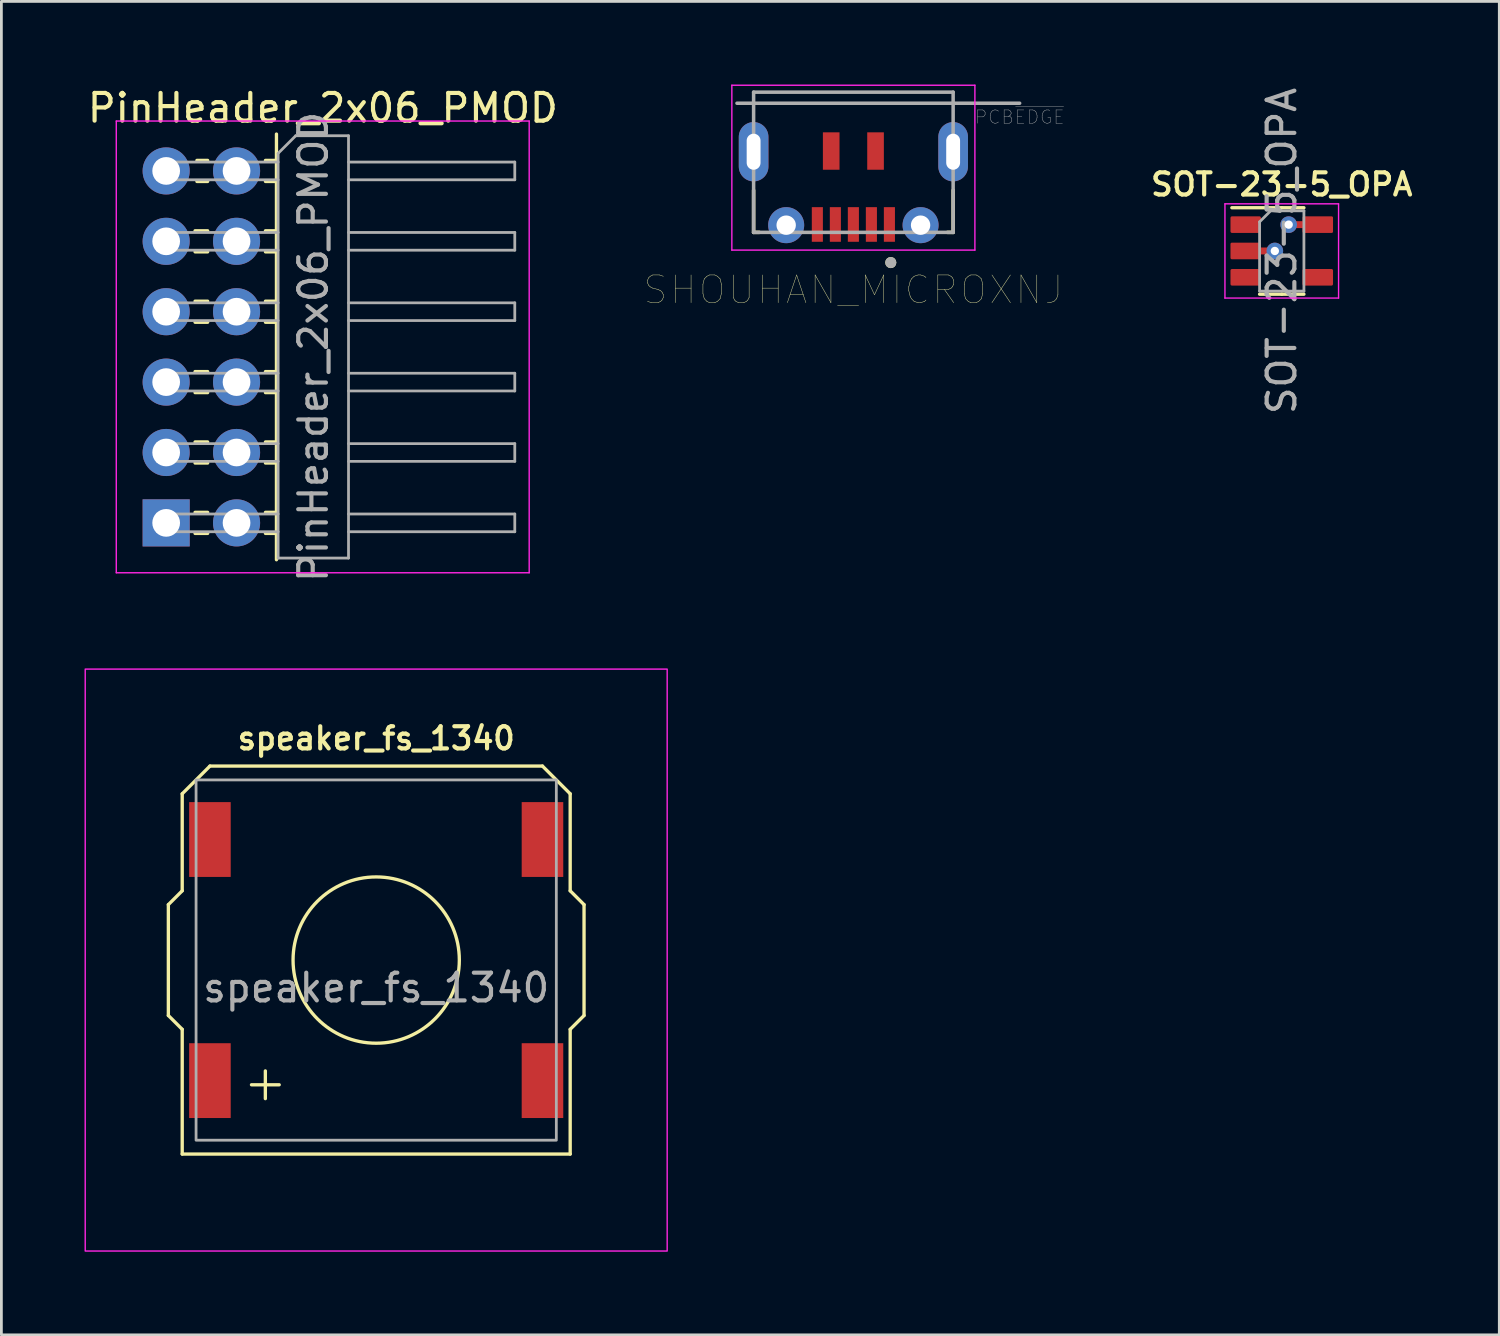
<source format=kicad_pcb>
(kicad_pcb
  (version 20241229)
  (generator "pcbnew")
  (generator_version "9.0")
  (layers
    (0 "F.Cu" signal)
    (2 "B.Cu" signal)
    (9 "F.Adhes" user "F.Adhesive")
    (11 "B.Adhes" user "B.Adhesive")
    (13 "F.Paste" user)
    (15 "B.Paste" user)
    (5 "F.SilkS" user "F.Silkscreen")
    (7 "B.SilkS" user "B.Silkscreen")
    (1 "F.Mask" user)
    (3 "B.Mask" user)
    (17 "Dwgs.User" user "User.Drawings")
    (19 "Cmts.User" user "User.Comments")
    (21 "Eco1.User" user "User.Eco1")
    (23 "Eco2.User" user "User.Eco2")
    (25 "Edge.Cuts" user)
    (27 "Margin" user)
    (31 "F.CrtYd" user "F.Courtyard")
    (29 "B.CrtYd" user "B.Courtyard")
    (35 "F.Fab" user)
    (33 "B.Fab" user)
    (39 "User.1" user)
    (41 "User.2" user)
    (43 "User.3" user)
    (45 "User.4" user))
  (footprint "SOT-23-5_OPA"
    (layer "F.Cu")
    (at 43.202 6.006)
    (property "Reference" "SOT-23-5_OPA" (at 0 -2.4 0) (unlocked yes) (layer "F.SilkS") (effects (font (size 0.8 0.8) (thickness 0.15))))
    (attr smd)
    (fp_line (start 0 -1.56) (end -1.8 -1.56) (stroke (width 0.12) (type solid)) (layer "F.SilkS"))
    (fp_line (start 0 -1.56) (end 0.8 -1.56) (stroke (width 0.12) (type solid)) (layer "F.SilkS"))
    (fp_line (start 0 1.56) (end -0.8 1.56) (stroke (width 0.12) (type solid)) (layer "F.SilkS"))
    (fp_line (start 0 1.56) (end 0.8 1.56) (stroke (width 0.12) (type solid)) (layer "F.SilkS"))
    (fp_line (start -2.05 -1.7) (end -2.05 1.7) (stroke (width 0.05) (type solid)) (layer "F.CrtYd"))
    (fp_line (start -2.05 1.7) (end 2.05 1.7) (stroke (width 0.05) (type solid)) (layer "F.CrtYd"))
    (fp_line (start 2.05 -1.7) (end -2.05 -1.7) (stroke (width 0.05) (type solid)) (layer "F.CrtYd"))
    (fp_line (start 2.05 1.7) (end 2.05 -1.7) (stroke (width 0.05) (type solid)) (layer "F.CrtYd"))
    (fp_line (start -0.8 -1.05) (end -0.4 -1.45) (stroke (width 0.1) (type solid)) (layer "F.Fab"))
    (fp_line (start -0.8 1.45) (end -0.8 -1.05) (stroke (width 0.1) (type solid)) (layer "F.Fab"))
    (fp_line (start -0.4 -1.45) (end 0.8 -1.45) (stroke (width 0.1) (type solid)) (layer "F.Fab"))
    (fp_line (start 0.8 -1.45) (end 0.8 1.45) (stroke (width 0.1) (type solid)) (layer "F.Fab"))
    (fp_line (start 0.8 1.45) (end -0.8 1.45) (stroke (width 0.1) (type solid)) (layer "F.Fab"))
    (fp_text user "${REFERENCE}" (at 0 0 90) (unlocked yes) (layer "F.Fab") (effects (font (size 1 1) (thickness 0.15))))
    (pad "1" smd custom (at -1.3 -0.95) (size 0.5 0.5) (layers "F.Cu" "F.Mask" "F.Paste") (options (anchor circle)) (primitives (gr_poly (pts (xy -0.5 0.25) (xy 0.5 0.25) (xy 0.5 -0.25) (xy -0.5 -0.25)) (width 0.1) (fill yes))))
    (pad "2" smd rect (at -0.25 0) (size 0.6 0.25) (drill (offset -0.3 0)) (layers "F.Cu"))
    (pad "2" thru_hole circle (at -0.25 0) (size 0.6 0.6) (drill 0.3) (layers "*.Cu"))
    (pad "2" smd roundrect (at -0.25 0 180) (size 1.1 0.6) (drill (offset 1.05 0)) (layers "F.Cu" "F.Mask" "F.Paste") (roundrect_rratio 0.083))
    (pad "3" smd custom (at -1.3 0.95) (size 0.5 0.5) (layers "F.Cu" "F.Mask" "F.Paste") (options (anchor circle)) (primitives (gr_poly (pts (xy -0.5 0.25) (xy 0.5 0.25) (xy 0.5 -0.25) (xy -0.5 -0.25)) (width 0.1) (fill yes))))
    (pad "4" smd custom (at 1.3 0.95) (size 0.5 0.5) (layers "F.Cu" "F.Mask" "F.Paste") (options (anchor circle)) (primitives (gr_poly (pts (xy -0.5 0.25) (xy 0.5 0.25) (xy 0.5 -0.25) (xy -0.5 -0.25)) (width 0.1) (fill yes))))
    (pad "5" smd rect (at 0.25 -0.95) (size 0.6 0.25) (drill (offset 0.3 0)) (layers "F.Cu"))
    (pad "5" thru_hole circle (at 0.25 -0.95) (size 0.6 0.6) (drill 0.3) (layers "*.Cu"))
    (pad "5" smd roundrect (at 0.25 -0.95 180) (size 1.1 0.6) (drill (offset -1.05 0)) (layers "F.Cu" "F.Mask" "F.Paste") (roundrect_rratio 0.083)))
  (footprint "speaker_fs_1340"
    (layer "F.Cu")
    (at 10.525 31.594)
    (property "Reference" "speaker_fs_1340" (at 0 -8 0) (unlocked yes) (layer "F.SilkS") (effects (font (size 0.8 0.8) (thickness 0.15))))
    (attr smd)
    (fp_line (start -7.5 -2) (end -7 -2.5) (stroke (width 0.12) (type default)) (layer "F.SilkS"))
    (fp_line (start -7.5 2) (end -7.5 -2) (stroke (width 0.12) (type default)) (layer "F.SilkS"))
    (fp_line (start -7 -6) (end -6 -7) (stroke (width 0.12) (type default)) (layer "F.SilkS"))
    (fp_line (start -7 -2.5) (end -7 -6) (stroke (width 0.12) (type default)) (layer "F.SilkS"))
    (fp_line (start -7 2.5) (end -7.5 2) (stroke (width 0.12) (type default)) (layer "F.SilkS"))
    (fp_line (start -7 7) (end -7 2.5) (stroke (width 0.12) (type default)) (layer "F.SilkS"))
    (fp_line (start -6 -7) (end 6 -7) (stroke (width 0.12) (type default)) (layer "F.SilkS"))
    (fp_line (start -4.5 4.5) (end -3.5 4.5) (stroke (width 0.12) (type default)) (layer "F.SilkS"))
    (fp_line (start -4 4) (end -4 5) (stroke (width 0.12) (type default)) (layer "F.SilkS"))
    (fp_line (start 6 -7) (end 7 -6) (stroke (width 0.12) (type default)) (layer "F.SilkS"))
    (fp_line (start 7 -6) (end 7 -2.5) (stroke (width 0.12) (type default)) (layer "F.SilkS"))
    (fp_line (start 7 -2.5) (end 7.5 -2) (stroke (width 0.12) (type default)) (layer "F.SilkS"))
    (fp_line (start 7 2.5) (end 7 7) (stroke (width 0.12) (type default)) (layer "F.SilkS"))
    (fp_line (start 7 7) (end -7 7) (stroke (width 0.12) (type default)) (layer "F.SilkS"))
    (fp_line (start 7.5 -2) (end 7.5 2) (stroke (width 0.12) (type default)) (layer "F.SilkS"))
    (fp_line (start 7.5 2) (end 7 2.5) (stroke (width 0.12) (type default)) (layer "F.SilkS"))
    (fp_circle (center 0 0) (end 3 0) (stroke (width 0.12) (type default)) (fill no) (layer "F.SilkS"))
    (fp_rect (start -10.5 -10.5) (end 10.5 10.5) (stroke (width 0.05) (type default)) (fill no) (layer "F.CrtYd"))
    (fp_rect (start -6.5 -6.5) (end 6.5 6.5) (stroke (width 0.1) (type default)) (fill no) (layer "F.Fab"))
    (fp_text user "${REFERENCE}" (at 0 1 0) (unlocked yes) (layer "F.Fab") (effects (font (size 1 1) (thickness 0.15))))
    (pad "" smd rect (at -6 -4.35) (size 1.5 2.7) (layers "F.Cu" "F.Mask" "F.Paste"))
    (pad "" smd rect (at 6 -4.35) (size 1.5 2.7) (layers "F.Cu" "F.Mask" "F.Paste"))
    (pad "1" smd rect (at -6 4.35) (size 1.5 2.7) (layers "F.Cu" "F.Mask" "F.Paste"))
    (pad "2" smd rect (at 6 4.35) (size 1.5 2.7) (layers "F.Cu" "F.Mask" "F.Paste")))
  (footprint "SHOUHAN_MICROXNJ"
    (layer "F.Cu")
    (at 27.744 0.675)
    (property "Reference" "SHOUHAN_MICROXNJ" (at 0 6.735 0) (layer "F.SilkS") (effects (font (size 1 1) (thickness 0.015))))
    (fp_line (start -3.6 3.14) (end -3.6 4.66) (stroke (width 0.127) (type solid)) (layer "F.SilkS"))
    (fp_line (start -3.6 4.66) (end -3.395 4.66) (stroke (width 0.127) (type solid)) (layer "F.SilkS"))
    (fp_line (start 3.6 3.14) (end 3.6 4.66) (stroke (width 0.127) (type solid)) (layer "F.SilkS"))
    (fp_line (start 3.6 4.66) (end 3.395 4.66) (stroke (width 0.127) (type solid)) (layer "F.SilkS"))
    (fp_circle (center 1.35 5.75) (end 1.45 5.75) (stroke (width 0.2) (type solid)) (fill no) (layer "F.SilkS"))
    (fp_line (start -4.385 -0.65) (end 4.385 -0.65) (stroke (width 0.05) (type solid)) (layer "F.CrtYd"))
    (fp_line (start -4.385 5.3) (end -4.385 -0.65) (stroke (width 0.05) (type solid)) (layer "F.CrtYd"))
    (fp_line (start 4.385 -0.65) (end 4.385 5.3) (stroke (width 0.05) (type solid)) (layer "F.CrtYd"))
    (fp_line (start 4.385 5.3) (end -4.385 5.3) (stroke (width 0.05) (type solid)) (layer "F.CrtYd"))
    (fp_line (start -4.2 0) (end 6 0) (stroke (width 0.127) (type solid)) (layer "F.Fab"))
    (fp_line (start -3.6 -0.4) (end 3.6 -0.4) (stroke (width 0.127) (type solid)) (layer "F.Fab"))
    (fp_line (start -3.6 4.66) (end -3.6 -0.4) (stroke (width 0.127) (type solid)) (layer "F.Fab"))
    (fp_line (start 3.6 -0.4) (end 3.6 4.66) (stroke (width 0.127) (type solid)) (layer "F.Fab"))
    (fp_line (start 3.6 4.66) (end -3.6 4.66) (stroke (width 0.127) (type solid)) (layer "F.Fab"))
    (fp_circle (center 1.35 5.75) (end 1.45 5.75) (stroke (width 0.2) (type solid)) (fill no) (layer "F.Fab"))
    (fp_text user "PCB~{EDGE}" (at 6 0.5 0) (layer "F.Fab") (effects (font (size 0.48 0.48) (thickness 0.015))))
    (pad "1" smd rect (at 1.3 4.375) (size 0.4 1.25) (layers "F.Cu" "F.Mask" "F.Paste"))
    (pad "2" smd rect (at 0.65 4.375) (size 0.4 1.25) (layers "F.Cu" "F.Mask" "F.Paste"))
    (pad "3" smd rect (at 0 4.375) (size 0.4 1.25) (layers "F.Cu" "F.Mask" "F.Paste"))
    (pad "4" smd rect (at -0.65 4.375) (size 0.4 1.25) (layers "F.Cu" "F.Mask" "F.Paste"))
    (pad "5" smd rect (at -1.3 4.375) (size 0.4 1.25) (layers "F.Cu" "F.Mask" "F.Paste"))
    (pad "6" thru_hole oval (at -3.6 1.75) (size 1.07 2.14) (drill oval 0.5 1.3) (layers "*.Cu" "*.Mask"))
    (pad "6" thru_hole circle (at -2.425 4.4) (size 1.3 1.3) (drill 0.7) (layers "*.Cu" "*.Mask"))
    (pad "6" smd rect (at -0.8 1.725) (size 0.6 1.35) (layers "F.Cu" "F.Mask" "F.Paste"))
    (pad "6" smd rect (at 0.8 1.725) (size 0.6 1.35) (layers "F.Cu" "F.Mask" "F.Paste"))
    (pad "6" thru_hole circle (at 2.425 4.4) (size 1.3 1.3) (drill 0.7) (layers "*.Cu" "*.Mask"))
    (pad "6" thru_hole oval (at 3.6 1.75) (size 1.07 2.14) (drill oval 0.5 1.3) (layers "*.Cu" "*.Mask")))
  (footprint "PinHeader_2x06_PMOD"
    (layer "F.Cu")
    (at 2.946 3.118)
    (property "Reference" "PinHeader_2x06_PMOD" (at 5.655 -2.27 0) (layer "F.SilkS") (effects (font (size 1 1) (thickness 0.15))))
    (attr through_hole)
    (fp_line (start 1.043 2.16) (end 1.497 2.16) (stroke (width 0.12) (type solid)) (layer "F.SilkS"))
    (fp_line (start 1.043 2.92) (end 1.497 2.92) (stroke (width 0.12) (type solid)) (layer "F.SilkS"))
    (fp_line (start 1.043 4.7) (end 1.497 4.7) (stroke (width 0.12) (type solid)) (layer "F.SilkS"))
    (fp_line (start 1.043 5.46) (end 1.497 5.46) (stroke (width 0.12) (type solid)) (layer "F.SilkS"))
    (fp_line (start 1.043 7.24) (end 1.497 7.24) (stroke (width 0.12) (type solid)) (layer "F.SilkS"))
    (fp_line (start 1.043 8) (end 1.497 8) (stroke (width 0.12) (type solid)) (layer "F.SilkS"))
    (fp_line (start 1.043 9.78) (end 1.497 9.78) (stroke (width 0.12) (type solid)) (layer "F.SilkS"))
    (fp_line (start 1.043 10.54) (end 1.497 10.54) (stroke (width 0.12) (type solid)) (layer "F.SilkS"))
    (fp_line (start 1.043 12.32) (end 1.497 12.32) (stroke (width 0.12) (type solid)) (layer "F.SilkS"))
    (fp_line (start 1.043 13.08) (end 1.497 13.08) (stroke (width 0.12) (type solid)) (layer "F.SilkS"))
    (fp_line (start 1.11 -0.38) (end 1.497 -0.38) (stroke (width 0.12) (type solid)) (layer "F.SilkS"))
    (fp_line (start 1.11 0.38) (end 1.497 0.38) (stroke (width 0.12) (type solid)) (layer "F.SilkS"))
    (fp_line (start 3.583 -0.38) (end 3.98 -0.38) (stroke (width 0.12) (type solid)) (layer "F.SilkS"))
    (fp_line (start 3.583 0.38) (end 3.98 0.38) (stroke (width 0.12) (type solid)) (layer "F.SilkS"))
    (fp_line (start 3.583 2.16) (end 3.98 2.16) (stroke (width 0.12) (type solid)) (layer "F.SilkS"))
    (fp_line (start 3.583 2.92) (end 3.98 2.92) (stroke (width 0.12) (type solid)) (layer "F.SilkS"))
    (fp_line (start 3.583 4.7) (end 3.98 4.7) (stroke (width 0.12) (type solid)) (layer "F.SilkS"))
    (fp_line (start 3.583 5.46) (end 3.98 5.46) (stroke (width 0.12) (type solid)) (layer "F.SilkS"))
    (fp_line (start 3.583 7.24) (end 3.98 7.24) (stroke (width 0.12) (type solid)) (layer "F.SilkS"))
    (fp_line (start 3.583 8) (end 3.98 8) (stroke (width 0.12) (type solid)) (layer "F.SilkS"))
    (fp_line (start 3.583 9.78) (end 3.98 9.78) (stroke (width 0.12) (type solid)) (layer "F.SilkS"))
    (fp_line (start 3.583 10.54) (end 3.98 10.54) (stroke (width 0.12) (type solid)) (layer "F.SilkS"))
    (fp_line (start 3.583 12.32) (end 3.98 12.32) (stroke (width 0.12) (type solid)) (layer "F.SilkS"))
    (fp_line (start 3.583 13.08) (end 3.98 13.08) (stroke (width 0.12) (type solid)) (layer "F.SilkS"))
    (fp_line (start 3.98 -1.33) (end 3.98 14.03) (stroke (width 0.12) (type solid)) (layer "F.SilkS"))
    (fp_line (start -1.8 -1.8) (end -1.8 14.5) (stroke (width 0.05) (type solid)) (layer "F.CrtYd"))
    (fp_line (start -1.8 14.5) (end 13.1 14.5) (stroke (width 0.05) (type solid)) (layer "F.CrtYd"))
    (fp_line (start 13.1 -1.8) (end -1.8 -1.8) (stroke (width 0.05) (type solid)) (layer "F.CrtYd"))
    (fp_line (start 13.1 14.5) (end 13.1 -1.8) (stroke (width 0.05) (type solid)) (layer "F.CrtYd"))
    (fp_line (start -0.32 -0.32) (end -0.32 0.32) (stroke (width 0.1) (type solid)) (layer "F.Fab"))
    (fp_line (start -0.32 -0.32) (end 4.04 -0.32) (stroke (width 0.1) (type solid)) (layer "F.Fab"))
    (fp_line (start -0.32 0.32) (end 4.04 0.32) (stroke (width 0.1) (type solid)) (layer "F.Fab"))
    (fp_line (start -0.32 2.22) (end -0.32 2.86) (stroke (width 0.1) (type solid)) (layer "F.Fab"))
    (fp_line (start -0.32 2.22) (end 4.04 2.22) (stroke (width 0.1) (type solid)) (layer "F.Fab"))
    (fp_line (start -0.32 2.86) (end 4.04 2.86) (stroke (width 0.1) (type solid)) (layer "F.Fab"))
    (fp_line (start -0.32 4.76) (end -0.32 5.4) (stroke (width 0.1) (type solid)) (layer "F.Fab"))
    (fp_line (start -0.32 4.76) (end 4.04 4.76) (stroke (width 0.1) (type solid)) (layer "F.Fab"))
    (fp_line (start -0.32 5.4) (end 4.04 5.4) (stroke (width 0.1) (type solid)) (layer "F.Fab"))
    (fp_line (start -0.32 7.3) (end -0.32 7.94) (stroke (width 0.1) (type solid)) (layer "F.Fab"))
    (fp_line (start -0.32 7.3) (end 4.04 7.3) (stroke (width 0.1) (type solid)) (layer "F.Fab"))
    (fp_line (start -0.32 7.94) (end 4.04 7.94) (stroke (width 0.1) (type solid)) (layer "F.Fab"))
    (fp_line (start -0.32 9.84) (end -0.32 10.48) (stroke (width 0.1) (type solid)) (layer "F.Fab"))
    (fp_line (start -0.32 9.84) (end 4.04 9.84) (stroke (width 0.1) (type solid)) (layer "F.Fab"))
    (fp_line (start -0.32 10.48) (end 4.04 10.48) (stroke (width 0.1) (type solid)) (layer "F.Fab"))
    (fp_line (start -0.32 12.38) (end -0.32 13.02) (stroke (width 0.1) (type solid)) (layer "F.Fab"))
    (fp_line (start -0.32 12.38) (end 4.04 12.38) (stroke (width 0.1) (type solid)) (layer "F.Fab"))
    (fp_line (start -0.32 13.02) (end 4.04 13.02) (stroke (width 0.1) (type solid)) (layer "F.Fab"))
    (fp_line (start 4.04 -0.635) (end 4.675 -1.27) (stroke (width 0.1) (type solid)) (layer "F.Fab"))
    (fp_line (start 4.04 13.97) (end 4.04 -0.635) (stroke (width 0.1) (type solid)) (layer "F.Fab"))
    (fp_line (start 4.675 -1.27) (end 6.58 -1.27) (stroke (width 0.1) (type solid)) (layer "F.Fab"))
    (fp_line (start 6.58 -1.27) (end 6.58 13.97) (stroke (width 0.1) (type solid)) (layer "F.Fab"))
    (fp_line (start 6.58 -0.32) (end 12.58 -0.32) (stroke (width 0.1) (type solid)) (layer "F.Fab"))
    (fp_line (start 6.58 0.32) (end 12.58 0.32) (stroke (width 0.1) (type solid)) (layer "F.Fab"))
    (fp_line (start 6.58 2.22) (end 12.58 2.22) (stroke (width 0.1) (type solid)) (layer "F.Fab"))
    (fp_line (start 6.58 2.86) (end 12.58 2.86) (stroke (width 0.1) (type solid)) (layer "F.Fab"))
    (fp_line (start 6.58 4.76) (end 12.58 4.76) (stroke (width 0.1) (type solid)) (layer "F.Fab"))
    (fp_line (start 6.58 5.4) (end 12.58 5.4) (stroke (width 0.1) (type solid)) (layer "F.Fab"))
    (fp_line (start 6.58 7.3) (end 12.58 7.3) (stroke (width 0.1) (type solid)) (layer "F.Fab"))
    (fp_line (start 6.58 7.94) (end 12.58 7.94) (stroke (width 0.1) (type solid)) (layer "F.Fab"))
    (fp_line (start 6.58 9.84) (end 12.58 9.84) (stroke (width 0.1) (type solid)) (layer "F.Fab"))
    (fp_line (start 6.58 10.48) (end 12.58 10.48) (stroke (width 0.1) (type solid)) (layer "F.Fab"))
    (fp_line (start 6.58 12.38) (end 12.58 12.38) (stroke (width 0.1) (type solid)) (layer "F.Fab"))
    (fp_line (start 6.58 13.02) (end 12.58 13.02) (stroke (width 0.1) (type solid)) (layer "F.Fab"))
    (fp_line (start 6.58 13.97) (end 4.04 13.97) (stroke (width 0.1) (type solid)) (layer "F.Fab"))
    (fp_line (start 12.58 -0.32) (end 12.58 0.32) (stroke (width 0.1) (type solid)) (layer "F.Fab"))
    (fp_line (start 12.58 2.22) (end 12.58 2.86) (stroke (width 0.1) (type solid)) (layer "F.Fab"))
    (fp_line (start 12.58 4.76) (end 12.58 5.4) (stroke (width 0.1) (type solid)) (layer "F.Fab"))
    (fp_line (start 12.58 7.3) (end 12.58 7.94) (stroke (width 0.1) (type solid)) (layer "F.Fab"))
    (fp_line (start 12.58 9.84) (end 12.58 10.48) (stroke (width 0.1) (type solid)) (layer "F.Fab"))
    (fp_line (start 12.58 12.38) (end 12.58 13.02) (stroke (width 0.1) (type solid)) (layer "F.Fab"))
    (fp_text user "${REFERENCE}" (at 5.31 6.35 90) (layer "F.Fab") (effects (font (size 1 1) (thickness 0.15))))
    (pad "1" thru_hole rect (at 0 12.7) (size 1.7 1.7) (drill 1) (layers "*.Cu" "*.Mask"))
    (pad "2" thru_hole oval (at 2.54 12.7) (size 1.7 1.7) (drill 1) (layers "*.Cu" "*.Mask"))
    (pad "3" thru_hole oval (at 0 10.16) (size 1.7 1.7) (drill 1) (layers "*.Cu" "*.Mask"))
    (pad "4" thru_hole oval (at 2.54 10.16) (size 1.7 1.7) (drill 1) (layers "*.Cu" "*.Mask"))
    (pad "5" thru_hole oval (at 0 7.62) (size 1.7 1.7) (drill 1) (layers "*.Cu" "*.Mask"))
    (pad "6" thru_hole oval (at 2.54 7.62) (size 1.7 1.7) (drill 1) (layers "*.Cu" "*.Mask"))
    (pad "7" thru_hole oval (at 0 5.08) (size 1.7 1.7) (drill 1) (layers "*.Cu" "*.Mask"))
    (pad "8" thru_hole oval (at 2.54 5.08) (size 1.7 1.7) (drill 1) (layers "*.Cu" "*.Mask"))
    (pad "9" thru_hole oval (at 0 2.54) (size 1.7 1.7) (drill 1) (layers "*.Cu" "*.Mask"))
    (pad "10" thru_hole oval (at 2.54 2.54) (size 1.7 1.7) (drill 1) (layers "*.Cu" "*.Mask"))
    (pad "11" thru_hole oval (at 0 0) (size 1.7 1.7) (drill 1) (layers "*.Cu" "*.Mask"))
    (pad "12" thru_hole oval (at 2.54 0) (size 1.7 1.7) (drill 1) (layers "*.Cu" "*.Mask")))
  (gr_rect
    (start -3 -3)
    (end 51.052 45.119)
    (stroke (width 0.1) (type default))
    (fill no)
    (layer "Edge.Cuts")))
</source>
